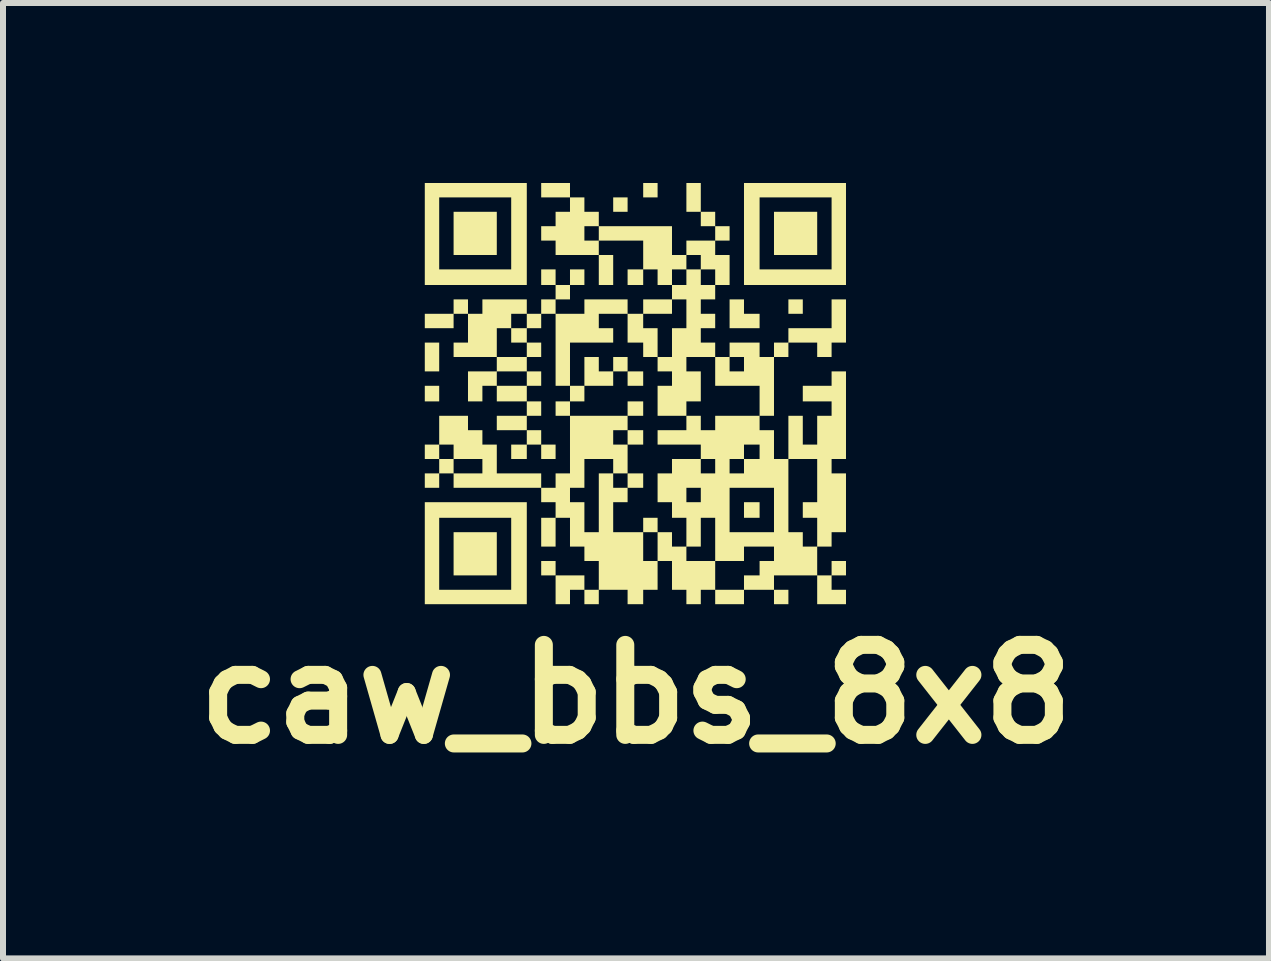
<source format=kicad_pcb>
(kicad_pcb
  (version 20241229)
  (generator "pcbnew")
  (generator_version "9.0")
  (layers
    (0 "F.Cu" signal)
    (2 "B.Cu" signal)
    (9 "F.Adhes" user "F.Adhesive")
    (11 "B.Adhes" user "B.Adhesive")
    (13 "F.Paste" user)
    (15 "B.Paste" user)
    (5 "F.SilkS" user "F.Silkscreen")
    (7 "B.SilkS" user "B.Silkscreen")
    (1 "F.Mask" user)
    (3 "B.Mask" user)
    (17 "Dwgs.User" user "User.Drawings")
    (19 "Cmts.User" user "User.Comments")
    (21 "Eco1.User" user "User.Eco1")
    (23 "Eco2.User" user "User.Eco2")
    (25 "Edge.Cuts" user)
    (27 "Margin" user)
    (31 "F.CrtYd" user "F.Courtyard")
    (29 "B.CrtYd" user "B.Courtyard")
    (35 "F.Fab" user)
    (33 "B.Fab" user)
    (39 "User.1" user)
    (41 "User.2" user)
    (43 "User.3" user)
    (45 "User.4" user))
  (footprint "caw_bbs_8x8"
    (layer "F.Cu")
    (at 7.55 3.52)
    (property "Reference" "caw_bbs_8x8" (at 0 5 0) (layer "F.SilkS") (effects (font (size 1.5 1.5) (thickness 0.3))))
    (attr board_only exclude_from_pos_files exclude_from_bom)
    (fp_poly (pts (xy -3.28 -0.62) (xy -3.28 -0.38) (xy -3.4 -0.38) (xy -3.52 -0.38) (xy -3.52 -0.62) (xy -3.52 -0.86) (xy -3.4 -0.86) (xy -3.28 -0.86)) (stroke (width 0) (type solid)) (fill yes) (layer "F.SilkS"))
    (fp_poly (pts (xy -3.28 -0.01) (xy -3.28 0.12) (xy -3.4 0.12) (xy -3.52 0.12) (xy -3.52 -0.01) (xy -3.52 -0.14) (xy -3.4 -0.14) (xy -3.28 -0.14)) (stroke (width 0) (type solid)) (fill yes) (layer "F.SilkS"))
    (fp_poly (pts (xy -2.32 -2.68) (xy -2.32 -2.32) (xy -2.68 -2.32) (xy -3.04 -2.32) (xy -3.04 -2.68) (xy -3.04 -3.04) (xy -2.68 -3.04) (xy -2.32 -3.04)) (stroke (width 0) (type solid)) (fill yes) (layer "F.SilkS"))
    (fp_poly (pts (xy -2.32 2.66) (xy -2.32 3.02) (xy -2.68 3.02) (xy -3.04 3.02) (xy -3.04 2.66) (xy -3.04 2.3) (xy -2.68 2.3) (xy -2.32 2.3)) (stroke (width 0) (type solid)) (fill yes) (layer "F.SilkS"))
    (fp_poly (pts (xy -1.34 0.96) (xy -1.34 1.08) (xy -1.46 1.08) (xy -1.58 1.08) (xy -1.58 0.96) (xy -1.58 0.84) (xy -1.46 0.84) (xy -1.34 0.84)) (stroke (width 0) (type solid)) (fill yes) (layer "F.SilkS"))
    (fp_poly (pts (xy -1.34 2.9) (xy -1.34 3.02) (xy -1.46 3.02) (xy -1.58 3.02) (xy -1.58 2.9) (xy -1.58 2.78) (xy -1.46 2.78) (xy -1.34 2.78)) (stroke (width 0) (type solid)) (fill yes) (layer "F.SilkS"))
    (fp_poly (pts (xy -1.1 -3.4) (xy -1.1 -3.28) (xy -1.34 -3.28) (xy -1.58 -3.28) (xy -1.58 -3.4) (xy -1.58 -3.52) (xy -1.34 -3.52) (xy -1.1 -3.52)) (stroke (width 0) (type solid)) (fill yes) (layer "F.SilkS"))
    (fp_poly (pts (xy -0.38 -2.07) (xy -0.38 -1.82) (xy -0.5 -1.82) (xy -0.62 -1.82) (xy -0.62 -2.07) (xy -0.62 -2.32) (xy -0.5 -2.32) (xy -0.38 -2.32)) (stroke (width 0) (type solid)) (fill yes) (layer "F.SilkS"))
    (fp_poly (pts (xy -0.14 -3.16) (xy -0.14 -3.04) (xy -0.26 -3.04) (xy -0.38 -3.04) (xy -0.38 -3.16) (xy -0.38 -3.28) (xy -0.26 -3.28) (xy -0.14 -3.28)) (stroke (width 0) (type solid)) (fill yes) (layer "F.SilkS"))
    (fp_poly (pts (xy 0.12 -0.26) (xy 0.12 -0.14) (xy -0.01 -0.14) (xy -0.14 -0.14) (xy -0.14 -0.26) (xy -0.14 -0.38) (xy -0.01 -0.38) (xy 0.12 -0.38)) (stroke (width 0) (type solid)) (fill yes) (layer "F.SilkS"))
    (fp_poly (pts (xy 0.12 0.24) (xy 0.12 0.36) (xy -0.01 0.36) (xy -0.14 0.36) (xy -0.14 0.24) (xy -0.14 0.12) (xy -0.01 0.12) (xy 0.12 0.12)) (stroke (width 0) (type solid)) (fill yes) (layer "F.SilkS"))
    (fp_poly (pts (xy 0.12 0.72) (xy 0.12 0.84) (xy -0.01 0.84) (xy -0.14 0.84) (xy -0.14 0.72) (xy -0.14 0.6) (xy -0.01 0.6) (xy 0.12 0.6)) (stroke (width 0) (type solid)) (fill yes) (layer "F.SilkS"))
    (fp_poly (pts (xy 0.12 1.44) (xy 0.12 1.56) (xy -0.01 1.56) (xy -0.14 1.56) (xy -0.14 1.44) (xy -0.14 1.32) (xy -0.01 1.32) (xy 0.12 1.32)) (stroke (width 0) (type solid)) (fill yes) (layer "F.SilkS"))
    (fp_poly (pts (xy 0.36 -3.4) (xy 0.36 -3.28) (xy 0.24 -3.28) (xy 0.12 -3.28) (xy 0.12 -3.4) (xy 0.12 -3.52) (xy 0.24 -3.52) (xy 0.36 -3.52)) (stroke (width 0) (type solid)) (fill yes) (layer "F.SilkS"))
    (fp_poly (pts (xy 0.36 2.18) (xy 0.36 2.3) (xy 0.24 2.3) (xy 0.12 2.3) (xy 0.12 2.18) (xy 0.12 2.06) (xy 0.24 2.06) (xy 0.36 2.06)) (stroke (width 0) (type solid)) (fill yes) (layer "F.SilkS"))
    (fp_poly (pts (xy 1.08 -3.28) (xy 1.08 -3.04) (xy 0.96 -3.04) (xy 0.84 -3.04) (xy 0.84 -3.28) (xy 0.84 -3.52) (xy 0.96 -3.52) (xy 1.08 -3.52)) (stroke (width 0) (type solid)) (fill yes) (layer "F.SilkS"))
    (fp_poly (pts (xy 1.32 -2.92) (xy 1.32 -2.8) (xy 1.2 -2.8) (xy 1.08 -2.8) (xy 1.08 -2.92) (xy 1.08 -3.04) (xy 1.2 -3.04) (xy 1.32 -3.04)) (stroke (width 0) (type solid)) (fill yes) (layer "F.SilkS"))
    (fp_poly (pts (xy 2.06 1.93) (xy 2.06 2.06) (xy 1.93 2.06) (xy 1.8 2.06) (xy 1.8 1.93) (xy 1.8 1.8) (xy 1.93 1.8) (xy 2.06 1.8)) (stroke (width 0) (type solid)) (fill yes) (layer "F.SilkS"))
    (fp_poly (pts (xy 2.54 3.38) (xy 2.54 3.5) (xy 2.42 3.5) (xy 2.3 3.5) (xy 2.3 3.38) (xy 2.3 3.26) (xy 2.42 3.26) (xy 2.54 3.26)) (stroke (width 0) (type solid)) (fill yes) (layer "F.SilkS"))
    (fp_poly (pts (xy 2.78 -1.46) (xy 2.78 -1.34) (xy 2.66 -1.34) (xy 2.54 -1.34) (xy 2.54 -1.46) (xy 2.54 -1.58) (xy 2.66 -1.58) (xy 2.78 -1.58)) (stroke (width 0) (type solid)) (fill yes) (layer "F.SilkS"))
    (fp_poly (pts (xy 3.02 -2.68) (xy 3.02 -2.32) (xy 2.66 -2.32) (xy 2.3 -2.32) (xy 2.3 -2.68) (xy 2.3 -3.04) (xy 2.66 -3.04) (xy 3.02 -3.04)) (stroke (width 0) (type solid)) (fill yes) (layer "F.SilkS"))
    (fp_poly (pts (xy 1.8 -1.46) (xy 1.8 -1.34) (xy 1.93 -1.34) (xy 2.06 -1.34) (xy 2.06 -1.22) (xy 2.06 -1.1) (xy 1.81 -1.1) (xy 1.56 -1.1) (xy 1.56 -1.34) (xy 1.56 -1.58) (xy 1.68 -1.58) (xy 1.8 -1.58)) (stroke (width 0) (type solid)) (fill yes) (layer "F.SilkS"))
    (fp_poly (pts (xy -1.58 0.24) (xy -1.58 0.36) (xy -1.7 0.36) (xy -1.82 0.36) (xy -1.82 0.48) (xy -1.82 0.6) (xy -2.07 0.6) (xy -2.32 0.6) (xy -2.32 0.48) (xy -2.32 0.36) (xy -2.07 0.36) (xy -1.82 0.36) (xy -1.82 0.24) (xy -1.82 0.12) (xy -1.7 0.12) (xy -1.58 0.12)) (stroke (width 0) (type solid)) (fill yes) (layer "F.SilkS"))
    (fp_poly (pts (xy -1.58 0.72) (xy -1.58 0.84) (xy -1.7 0.84) (xy -1.82 0.84) (xy -1.82 0.96) (xy -1.82 1.08) (xy -1.95 1.08) (xy -2.08 1.08) (xy -2.08 0.96) (xy -2.08 0.84) (xy -1.95 0.84) (xy -1.82 0.84) (xy -1.82 0.72) (xy -1.82 0.6) (xy -1.7 0.6) (xy -1.58 0.6)) (stroke (width 0) (type solid)) (fill yes) (layer "F.SilkS"))
    (fp_poly (pts (xy -0.86 -0.01) (xy -0.86 0.12) (xy -0.98 0.12) (xy -1.1 0.12) (xy -1.1 0.24) (xy -1.1 0.36) (xy -1.22 0.36) (xy -1.34 0.36) (xy -1.34 0.24) (xy -1.34 0.12) (xy -1.22 0.12) (xy -1.1 0.12) (xy -1.1 -0.01) (xy -1.1 -0.14) (xy -0.98 -0.14) (xy -0.86 -0.14)) (stroke (width 0) (type solid)) (fill yes) (layer "F.SilkS"))
    (fp_poly (pts (xy -1.82 -2.67) (xy -1.82 -1.82) (xy -2.67 -1.82) (xy -3.52 -1.82) (xy -3.52 -2.67) (xy -3.52 -3.28) (xy -3.28 -3.28) (xy -3.28 -2.68) (xy -3.28 -2.08) (xy -2.68 -2.08) (xy -2.08 -2.08) (xy -2.08 -2.68) (xy -2.08 -3.28) (xy -2.68 -3.28) (xy -3.28 -3.28) (xy -3.52 -3.28) (xy -3.52 -3.52) (xy -2.67 -3.52) (xy -1.82 -3.52)) (stroke (width 0) (type solid)) (fill yes) (layer "F.SilkS"))
    (fp_poly (pts (xy -1.82 2.65) (xy -1.82 3.5) (xy -2.67 3.5) (xy -3.52 3.5) (xy -3.52 2.65) (xy -3.52 2.06) (xy -3.28 2.06) (xy -3.28 2.66) (xy -3.28 3.26) (xy -2.68 3.26) (xy -2.08 3.26) (xy -2.08 2.66) (xy -2.08 2.06) (xy -2.68 2.06) (xy -3.28 2.06) (xy -3.52 2.06) (xy -3.52 1.8) (xy -2.67 1.8) (xy -1.82 1.8)) (stroke (width 0) (type solid)) (fill yes) (layer "F.SilkS"))
    (fp_poly (pts (xy 3.5 -2.67) (xy 3.5 -1.82) (xy 2.65 -1.82) (xy 1.8 -1.82) (xy 1.8 -2.67) (xy 1.8 -3.28) (xy 2.06 -3.28) (xy 2.06 -2.68) (xy 2.06 -2.08) (xy 2.66 -2.08) (xy 3.26 -2.08) (xy 3.26 -2.68) (xy 3.26 -3.28) (xy 2.66 -3.28) (xy 2.06 -3.28) (xy 1.8 -3.28) (xy 1.8 -3.52) (xy 2.65 -3.52) (xy 3.5 -3.52)) (stroke (width 0) (type solid)) (fill yes) (layer "F.SilkS"))
    (fp_poly (pts (xy -0.62 -0.5) (xy -0.62 -0.38) (xy -0.5 -0.38) (xy -0.38 -0.38) (xy -0.38 -0.5) (xy -0.38 -0.62) (xy -0.26 -0.62) (xy -0.14 -0.62) (xy -0.14 -0.5) (xy -0.14 -0.38) (xy -0.26 -0.38) (xy -0.38 -0.38) (xy -0.38 -0.26) (xy -0.38 -0.14) (xy -0.62 -0.14) (xy -0.86 -0.14) (xy -0.86 -0.38) (xy -0.86 -0.62) (xy -0.74 -0.62) (xy -0.62 -0.62)) (stroke (width 0) (type solid)) (fill yes) (layer "F.SilkS"))
    (fp_poly (pts (xy -0.86 -3.16) (xy -0.86 -3.04) (xy -0.74 -3.04) (xy -0.62 -3.04) (xy -0.62 -2.92) (xy -0.62 -2.8) (xy -0.74 -2.8) (xy -0.86 -2.8) (xy -0.86 -2.68) (xy -0.86 -2.56) (xy -0.74 -2.56) (xy -0.62 -2.56) (xy -0.62 -2.68) (xy -0.62 -2.8) (xy -0.01 -2.8) (xy 0.6 -2.8) (xy 0.6 -2.56) (xy 0.6 -2.32) (xy 0.72 -2.32) (xy 0.84 -2.32) (xy 0.84 -2.44) (xy 0.84 -2.56) (xy 1.08 -2.56) (xy 1.32 -2.56) (xy 1.32 -2.68) (xy 1.32 -2.8) (xy 1.44 -2.8) (xy 1.56 -2.8) (xy 1.56 -2.68) (xy 1.56 -2.56) (xy 1.44 -2.56) (xy 1.32 -2.56) (xy 1.32 -2.44) (xy 1.32 -2.32) (xy 1.44 -2.32) (xy 1.56 -2.32) (xy 1.56 -2.07) (xy 1.56 -1.82) (xy 1.44 -1.82) (xy 1.32 -1.82) (xy 1.32 -1.7) (xy 1.32 -1.58) (xy 1.2 -1.58) (xy 1.08 -1.58) (xy 1.08 -1.46) (xy 1.08 -1.34) (xy 1.2 -1.34) (xy 1.32 -1.34) (xy 1.32 -1.22) (xy 1.32 -1.1) (xy 1.2 -1.1) (xy 1.08 -1.1) (xy 1.08 -0.98) (xy 1.08 -0.86) (xy 1.2 -0.86) (xy 1.32 -0.86) (xy 1.32 -0.74) (xy 1.32 -0.62) (xy 1.44 -0.62) (xy 1.56 -0.62) (xy 1.56 -0.5) (xy 1.56 -0.38) (xy 1.68 -0.38) (xy 1.8 -0.38) (xy 1.8 -0.5) (xy 1.8 -0.62) (xy 1.68 -0.62) (xy 1.56 -0.62) (xy 1.56 -0.74) (xy 1.56 -0.86) (xy 1.81 -0.86) (xy 2.06 -0.86) (xy 2.06 -0.74) (xy 2.06 -0.62) (xy 2.18 -0.62) (xy 2.3 -0.62) (xy 2.3 -0.74) (xy 2.3 -0.86) (xy 2.42 -0.86) (xy 2.54 -0.86) (xy 2.54 -0.98) (xy 2.54 -1.1) (xy 2.9 -1.1) (xy 3.26 -1.1) (xy 3.26 -1.34) (xy 3.26 -1.58) (xy 3.38 -1.58) (xy 3.5 -1.58) (xy 3.5 -1.22) (xy 3.5 -0.86) (xy 3.38 -0.86) (xy 3.26 -0.86) (xy 3.26 -0.74) (xy 3.26 -0.62) (xy 3.14 -0.62) (xy 3.02 -0.62) (xy 3.02 -0.74) (xy 3.02 -0.86) (xy 2.78 -0.86) (xy 2.54 -0.86) (xy 2.54 -0.74) (xy 2.54 -0.62) (xy 2.42 -0.62) (xy 2.3 -0.62) (xy 2.3 -0.13) (xy 2.3 0.36) (xy 2.18 0.36) (xy 2.06 0.36) (xy 2.06 0.48) (xy 2.06 0.6) (xy 2.18 0.6) (xy 2.3 0.6) (xy 2.3 0.84) (xy 2.3 1.08) (xy 2.42 1.08) (xy 2.54 1.08) (xy 2.54 1.69) (xy 2.54 2.3) (xy 2.66 2.3) (xy 2.78 2.3) (xy 2.78 2.42) (xy 2.78 2.54) (xy 2.9 2.54) (xy 3.02 2.54) (xy 3.02 2.3) (xy 3.02 2.06) (xy 2.9 2.06) (xy 2.78 2.06) (xy 2.78 1.93) (xy 2.78 1.8) (xy 2.9 1.8) (xy 3.02 1.8) (xy 3.02 1.44) (xy 3.02 1.08) (xy 2.78 1.08) (xy 2.54 1.08) (xy 2.54 0.72) (xy 2.54 0.36) (xy 2.66 0.36) (xy 2.78 0.36) (xy 2.78 0.6) (xy 2.78 0.84) (xy 2.9 0.84) (xy 3.02 0.84) (xy 3.02 0.6) (xy 3.02 0.36) (xy 3.14 0.36) (xy 3.26 0.36) (xy 3.26 0.24) (xy 3.26 0.12) (xy 3.02 0.12) (xy 2.78 0.12) (xy 2.78 -0.01) (xy 2.78 -0.14) (xy 3.02 -0.14) (xy 3.26 -0.14) (xy 3.26 -0.26) (xy 3.26 -0.38) (xy 3.38 -0.38) (xy 3.5 -0.38) (xy 3.5 0.35) (xy 3.5 1.08) (xy 3.38 1.08) (xy 3.26 1.08) (xy 3.26 1.2) (xy 3.26 1.32) (xy 3.38 1.32) (xy 3.5 1.32) (xy 3.5 1.81) (xy 3.5 2.3) (xy 3.38 2.3) (xy 3.26 2.3) (xy 3.26 2.42) (xy 3.26 2.54) (xy 3.14 2.54) (xy 3.02 2.54) (xy 3.02 2.78) (xy 3.02 3.02) (xy 3.14 3.02) (xy 3.26 3.02) (xy 3.26 2.9) (xy 3.26 2.78) (xy 3.38 2.78) (xy 3.5 2.78) (xy 3.5 2.9) (xy 3.5 3.02) (xy 3.38 3.02) (xy 3.26 3.02) (xy 3.26 3.14) (xy 3.26 3.26) (xy 3.38 3.26) (xy 3.5 3.26) (xy 3.5 3.38) (xy 3.5 3.5) (xy 3.26 3.5) (xy 3.02 3.5) (xy 3.02 3.26) (xy 3.02 3.02) (xy 2.66 3.02) (xy 2.3 3.02) (xy 2.3 3.14) (xy 2.3 3.26) (xy 2.05 3.26) (xy 1.8 3.26) (xy 1.8 3.38) (xy 1.8 3.5) (xy 1.56 3.5) (xy 1.32 3.5) (xy 1.32 3.38) (xy 1.32 3.26) (xy 1.2 3.26) (xy 1.08 3.26) (xy 1.08 3.38) (xy 1.08 3.5) (xy 0.96 3.5) (xy 0.84 3.5) (xy 0.84 3.38) (xy 0.84 3.26) (xy 0.72 3.26) (xy 0.6 3.26) (xy 0.6 3.02) (xy 0.6 2.78) (xy 0.48 2.78) (xy 0.36 2.78) (xy 0.36 3.02) (xy 0.36 3.26) (xy 0.24 3.26) (xy 0.12 3.26) (xy 0.12 3.38) (xy 0.12 3.5) (xy -0.01 3.5) (xy -0.14 3.5) (xy -0.14 3.38) (xy -0.14 3.26) (xy -0.38 3.26) (xy -0.62 3.26) (xy -0.62 3.38) (xy -0.62 3.5) (xy -0.74 3.5) (xy -0.86 3.5) (xy -0.86 3.38) (xy -0.86 3.26) (xy -0.98 3.26) (xy -1.1 3.26) (xy -1.1 3.38) (xy -1.1 3.5) (xy -1.22 3.5) (xy -1.34 3.5) (xy -1.34 3.26) (xy -1.34 3.02) (xy -1.1 3.02) (xy -0.86 3.02) (xy -0.86 3.14) (xy -0.86 3.26) (xy -0.74 3.26) (xy -0.62 3.26) (xy -0.62 3.02) (xy -0.62 2.78) (xy -0.74 2.78) (xy -0.86 2.78) (xy -0.86 2.66) (xy -0.86 2.54) (xy -0.98 2.54) (xy -1.1 2.54) (xy -1.1 2.3) (xy -1.1 2.06) (xy -1.22 2.06) (xy -1.34 2.06) (xy -1.34 2.3) (xy -1.34 2.54) (xy -1.46 2.54) (xy -1.58 2.54) (xy -1.58 2.3) (xy -1.58 2.06) (xy -1.46 2.06) (xy -1.34 2.06) (xy -1.34 1.93) (xy -1.34 1.8) (xy -1.46 1.8) (xy -1.58 1.8) (xy -1.58 1.68) (xy -1.58 1.56) (xy -2.31 1.56) (xy -3.04 1.56) (xy -3.04 1.44) (xy -3.04 1.32) (xy -3.16 1.32) (xy -3.28 1.32) (xy -3.28 1.44) (xy -3.28 1.56) (xy -3.4 1.56) (xy -3.52 1.56) (xy -3.52 1.44) (xy -3.52 1.32) (xy -3.4 1.32) (xy -3.28 1.32) (xy -3.28 1.2) (xy -3.28 1.08) (xy -3.4 1.08) (xy -3.52 1.08) (xy -3.52 0.96) (xy -3.52 0.84) (xy -3.4 0.84) (xy -3.28 0.84) (xy -3.28 0.96) (xy -3.28 1.08) (xy -3.16 1.08) (xy -3.04 1.08) (xy -3.04 1.2) (xy -3.04 1.32) (xy -2.8 1.32) (xy -2.56 1.32) (xy -2.56 1.2) (xy -2.56 1.08) (xy -2.8 1.08) (xy -3.04 1.08) (xy -3.04 0.96) (xy -3.04 0.84) (xy -3.16 0.84) (xy -3.28 0.84) (xy -3.28 0.6) (xy -3.28 0.36) (xy -3.04 0.36) (xy -2.8 0.36) (xy -2.8 0.48) (xy -2.8 0.6) (xy -2.68 0.6) (xy -2.56 0.6) (xy -2.56 0.72) (xy -2.56 0.84) (xy -2.44 0.84) (xy -2.32 0.84) (xy -2.32 1.08) (xy -2.32 1.32) (xy -1.95 1.32) (xy -1.58 1.32) (xy -1.58 1.44) (xy -1.58 1.56) (xy -1.46 1.56) (xy -1.34 1.56) (xy -1.34 1.44) (xy -1.34 1.32) (xy -1.22 1.32) (xy -1.1 1.32) (xy -1.1 0.84) (xy -1.1 0.36) (xy -0.62 0.36) (xy -0.14 0.36) (xy -0.14 0.48) (xy -0.14 0.6) (xy -0.26 0.6) (xy -0.38 0.6) (xy -0.38 0.72) (xy -0.38 0.84) (xy -0.26 0.84) (xy -0.14 0.84) (xy -0.14 1.08) (xy -0.14 1.32) (xy -0.26 1.32) (xy -0.38 1.32) (xy -0.38 1.2) (xy -0.38 1.08) (xy -0.62 1.08) (xy -0.86 1.08) (xy -0.86 1.32) (xy -0.86 1.56) (xy -0.98 1.56) (xy -1.1 1.56) (xy -1.1 1.68) (xy -1.1 1.8) (xy -0.98 1.8) (xy -0.86 1.8) (xy -0.86 2.05) (xy -0.86 2.3) (xy -0.74 2.3) (xy -0.62 2.3) (xy -0.62 1.81) (xy -0.62 1.32) (xy -0.5 1.32) (xy -0.38 1.32) (xy -0.38 1.44) (xy -0.38 1.56) (xy -0.26 1.56) (xy -0.14 1.56) (xy -0.14 1.68) (xy -0.14 1.8) (xy -0.26 1.8) (xy -0.38 1.8) (xy -0.38 2.05) (xy -0.38 2.3) (xy -0.13 2.3) (xy 0.12 2.3) (xy 0.12 2.54) (xy 0.12 2.78) (xy 0.24 2.78) (xy 0.36 2.78) (xy 0.36 2.54) (xy 0.36 2.3) (xy 0.48 2.3) (xy 0.6 2.3) (xy 0.6 2.42) (xy 0.6 2.54) (xy 0.72 2.54) (xy 0.84 2.54) (xy 0.84 2.66) (xy 0.84 2.78) (xy 1.08 2.78) (xy 1.32 2.78) (xy 1.32 3.02) (xy 1.32 3.26) (xy 1.56 3.26) (xy 1.8 3.26) (xy 1.8 3.14) (xy 1.8 3.02) (xy 1.93 3.02) (xy 2.06 3.02) (xy 2.06 2.9) (xy 2.06 2.78) (xy 2.18 2.78) (xy 2.3 2.78) (xy 2.3 2.66) (xy 2.3 2.54) (xy 2.05 2.54) (xy 1.8 2.54) (xy 1.8 2.66) (xy 1.8 2.78) (xy 1.56 2.78) (xy 1.32 2.78) (xy 1.32 2.42) (xy 1.32 2.06) (xy 1.2 2.06) (xy 1.08 2.06) (xy 1.08 2.3) (xy 1.08 2.54) (xy 0.96 2.54) (xy 0.84 2.54) (xy 0.84 2.3) (xy 0.84 2.06) (xy 0.72 2.06) (xy 0.6 2.06) (xy 0.6 1.93) (xy 0.6 1.8) (xy 0.48 1.8) (xy 0.36 1.8) (xy 0.36 1.56) (xy 0.84 1.56) (xy 0.84 1.68) (xy 0.84 1.8) (xy 0.96 1.8) (xy 1.08 1.8) (xy 1.08 1.68) (xy 1.08 1.56) (xy 1.56 1.56) (xy 1.56 1.93) (xy 1.56 2.3) (xy 1.93 2.3) (xy 2.3 2.3) (xy 2.3 1.93) (xy 2.3 1.56) (xy 1.93 1.56) (xy 1.56 1.56) (xy 1.08 1.56) (xy 0.96 1.56) (xy 0.84 1.56) (xy 0.36 1.56) (xy 0.36 1.32) (xy 0.48 1.32) (xy 0.6 1.32) (xy 0.6 1.2) (xy 0.6 1.08) (xy 0.84 1.08) (xy 1.08 1.08) (xy 1.08 1.2) (xy 1.08 1.32) (xy 1.2 1.32) (xy 1.32 1.32) (xy 1.56 1.32) (xy 1.68 1.32) (xy 1.8 1.32) (xy 1.8 1.2) (xy 1.8 1.08) (xy 1.93 1.08) (xy 2.06 1.08) (xy 2.06 0.96) (xy 2.06 0.84) (xy 1.93 0.84) (xy 1.8 0.84) (xy 1.8 0.96) (xy 1.8 1.08) (xy 1.68 1.08) (xy 1.56 1.08) (xy 1.56 1.2) (xy 1.56 1.32) (xy 1.32 1.32) (xy 1.32 1.2) (xy 1.32 1.08) (xy 1.2 1.08) (xy 1.08 1.08) (xy 1.08 0.96) (xy 1.08 0.84) (xy 0.72 0.84) (xy 0.36 0.84) (xy 0.36 0.72) (xy 0.36 0.6) (xy 0.6 0.6) (xy 0.84 0.6) (xy 0.84 0.48) (xy 0.84 0.36) (xy 0.96 0.36) (xy 1.08 0.36) (xy 1.08 0.48) (xy 1.08 0.6) (xy 1.2 0.6) (xy 1.32 0.6) (xy 1.32 0.48) (xy 1.32 0.36) (xy 1.69 0.36) (xy 2.06 0.36) (xy 2.06 0.11) (xy 2.06 -0.14) (xy 1.69 -0.14) (xy 1.32 -0.14) (xy 1.32 -0.38) (xy 1.32 -0.62) (xy 1.08 -0.62) (xy 0.84 -0.62) (xy 0.84 -0.5) (xy 0.84 -0.38) (xy 0.96 -0.38) (xy 1.08 -0.38) (xy 1.08 -0.13) (xy 1.08 0.12) (xy 0.96 0.12) (xy 0.84 0.12) (xy 0.84 0.24) (xy 0.84 0.36) (xy 0.6 0.36) (xy 0.36 0.36) (xy 0.36 0.11) (xy 0.36 -0.14) (xy 0.48 -0.14) (xy 0.6 -0.14) (xy 0.6 -0.26) (xy 0.6 -0.38) (xy 0.48 -0.38) (xy 0.36 -0.38) (xy 0.36 -0.5) (xy 0.36 -0.62) (xy 0.48 -0.62) (xy 0.6 -0.62) (xy 0.6 -0.86) (xy 0.6 -1.1) (xy 0.72 -1.1) (xy 0.84 -1.1) (xy 0.84 -1.34) (xy 0.84 -1.58) (xy 0.72 -1.58) (xy 0.6 -1.58) (xy 0.6 -1.46) (xy 0.6 -1.34) (xy 0.36 -1.34) (xy 0.12 -1.34) (xy 0.12 -1.22) (xy 0.12 -1.1) (xy 0.24 -1.1) (xy 0.36 -1.1) (xy 0.36 -0.86) (xy 0.36 -0.62) (xy 0.24 -0.62) (xy 0.12 -0.62) (xy 0.12 -0.74) (xy 0.12 -0.86) (xy -0.01 -0.86) (xy -0.14 -0.86) (xy -0.14 -1.1) (xy -0.14 -1.34) (xy -0.38 -1.34) (xy -0.62 -1.34) (xy -0.62 -1.22) (xy -0.62 -1.1) (xy -0.5 -1.1) (xy -0.38 -1.1) (xy -0.38 -0.98) (xy -0.38 -0.86) (xy -0.74 -0.86) (xy -1.1 -0.86) (xy -1.1 -0.5) (xy -1.1 -0.14) (xy -1.22 -0.14) (xy -1.34 -0.14) (xy -1.34 -0.74) (xy -1.34 -1.34) (xy -1.46 -1.34) (xy -1.58 -1.34) (xy -1.58 -1.22) (xy -1.58 -1.1) (xy -1.7 -1.1) (xy -1.82 -1.1) (xy -1.82 -0.98) (xy -1.82 -0.86) (xy -1.95 -0.86) (xy -2.08 -0.86) (xy -2.08 -0.98) (xy -2.08 -1.1) (xy -1.95 -1.1) (xy -1.82 -1.1) (xy -1.82 -1.22) (xy -1.82 -1.34) (xy -1.95 -1.34) (xy -2.08 -1.34) (xy -2.08 -1.22) (xy -2.08 -1.1) (xy -2.2 -1.1) (xy -2.32 -1.1) (xy -2.32 -0.86) (xy -2.32 -0.62) (xy -2.07 -0.62) (xy -1.82 -0.62) (xy -1.82 -0.74) (xy -1.82 -0.86) (xy -1.7 -0.86) (xy -1.58 -0.86) (xy -1.58 -0.74) (xy -1.58 -0.62) (xy -1.7 -0.62) (xy -1.82 -0.62) (xy -1.82 -0.5) (xy -1.82 -0.38) (xy -2.07 -0.38) (xy -2.32 -0.38) (xy -2.32 -0.26) (xy -2.32 -0.14) (xy -2.07 -0.14) (xy -1.82 -0.14) (xy -1.82 -0.26) (xy -1.82 -0.38) (xy -1.7 -0.38) (xy -1.58 -0.38) (xy -1.58 -0.26) (xy -1.58 -0.14) (xy -1.7 -0.14) (xy -1.82 -0.14) (xy -1.82 -0.01) (xy -1.82 0.12) (xy -2.07 0.12) (xy -2.32 0.12) (xy -2.32 -0.01) (xy -2.32 -0.14) (xy -2.44 -0.14) (xy -2.56 -0.14) (xy -2.56 -0.01) (xy -2.56 0.12) (xy -2.68 0.12) (xy -2.8 0.12) (xy -2.8 -0.13) (xy -2.8 -0.38) (xy -2.56 -0.38) (xy -2.32 -0.38) (xy -2.32 -0.5) (xy -2.32 -0.62) (xy -2.68 -0.62) (xy -3.04 -0.62) (xy -3.04 -0.74) (xy -3.04 -0.86) (xy -2.92 -0.86) (xy -2.8 -0.86) (xy -2.8 -1.1) (xy -2.8 -1.34) (xy -2.92 -1.34) (xy -3.04 -1.34) (xy -3.04 -1.22) (xy -3.04 -1.1) (xy -3.28 -1.1) (xy -3.52 -1.1) (xy -3.52 -1.22) (xy -3.52 -1.34) (xy -3.28 -1.34) (xy -3.04 -1.34) (xy -3.04 -1.46) (xy -3.04 -1.58) (xy -2.92 -1.58) (xy -2.8 -1.58) (xy -2.8 -1.46) (xy -2.8 -1.34) (xy -2.68 -1.34) (xy -2.56 -1.34) (xy -2.56 -1.46) (xy -2.56 -1.58) (xy -2.19 -1.58) (xy -1.82 -1.58) (xy -1.82 -1.46) (xy -1.82 -1.34) (xy -1.7 -1.34) (xy -1.58 -1.34) (xy -1.58 -1.46) (xy -1.58 -1.58) (xy -1.46 -1.58) (xy -1.34 -1.58) (xy -1.34 -1.7) (xy -1.34 -1.82) (xy -1.46 -1.82) (xy -1.58 -1.82) (xy -1.58 -1.95) (xy -1.58 -2.08) (xy -1.46 -2.08) (xy -1.34 -2.08) (xy -1.34 -1.95) (xy -1.34 -1.82) (xy -1.22 -1.82) (xy -1.1 -1.82) (xy -1.1 -1.95) (xy -1.1 -2.08) (xy -0.98 -2.08) (xy -0.86 -2.08) (xy -0.86 -1.95) (xy -0.86 -1.82) (xy -0.98 -1.82) (xy -1.1 -1.82) (xy -1.1 -1.7) (xy -1.1 -1.58) (xy -1.22 -1.58) (xy -1.34 -1.58) (xy -1.34 -1.46) (xy -1.34 -1.34) (xy -1.1 -1.34) (xy -0.86 -1.34) (xy -0.86 -1.46) (xy -0.86 -1.58) (xy -0.5 -1.58) (xy -0.14 -1.58) (xy -0.14 -1.46) (xy -0.14 -1.34) (xy -0.01 -1.34) (xy 0.12 -1.34) (xy 0.12 -1.46) (xy 0.12 -1.58) (xy 0.36 -1.58) (xy 0.6 -1.58) (xy 0.6 -1.7) (xy 0.6 -1.82) (xy 0.72 -1.82) (xy 0.84 -1.82) (xy 0.84 -1.95) (xy 0.84 -2.08) (xy 0.96 -2.08) (xy 1.08 -2.08) (xy 1.08 -1.95) (xy 1.08 -1.82) (xy 1.2 -1.82) (xy 1.32 -1.82) (xy 1.32 -1.95) (xy 1.32 -2.08) (xy 1.2 -2.08) (xy 1.08 -2.08) (xy 1.08 -2.2) (xy 1.08 -2.32) (xy 0.96 -2.32) (xy 0.84 -2.32) (xy 0.84 -2.2) (xy 0.84 -2.08) (xy 0.72 -2.08) (xy 0.6 -2.08) (xy 0.6 -1.95) (xy 0.6 -1.82) (xy 0.48 -1.82) (xy 0.36 -1.82) (xy 0.36 -1.95) (xy 0.36 -2.08) (xy 0.24 -2.08) (xy 0.12 -2.08) (xy 0.12 -1.95) (xy 0.12 -1.82) (xy -0.01 -1.82) (xy -0.14 -1.82) (xy -0.14 -1.95) (xy -0.14 -2.08) (xy -0.01 -2.08) (xy 0.12 -2.08) (xy 0.12 -2.32) (xy 0.12 -2.56) (xy -0.25 -2.56) (xy -0.62 -2.56) (xy -0.62 -2.44) (xy -0.62 -2.32) (xy -0.98 -2.32) (xy -1.34 -2.32) (xy -1.34 -2.44) (xy -1.34 -2.56) (xy -1.46 -2.56) (xy -1.58 -2.56) (xy -1.58 -2.68) (xy -1.58 -2.8) (xy -1.46 -2.8) (xy -1.34 -2.8) (xy -1.34 -2.92) (xy -1.34 -3.04) (xy -1.22 -3.04) (xy -1.1 -3.04) (xy -1.1 -3.16) (xy -1.1 -3.28) (xy -0.98 -3.28) (xy -0.86 -3.28)) (stroke (width 0) (type solid)) (fill yes) (layer "F.SilkS")))
  (gr_rect
    (start -3 -3)
    (end 18.1 12.924)
    (stroke (width 0.1) (type default))
    (fill no)
    (layer "Edge.Cuts")))
</source>
